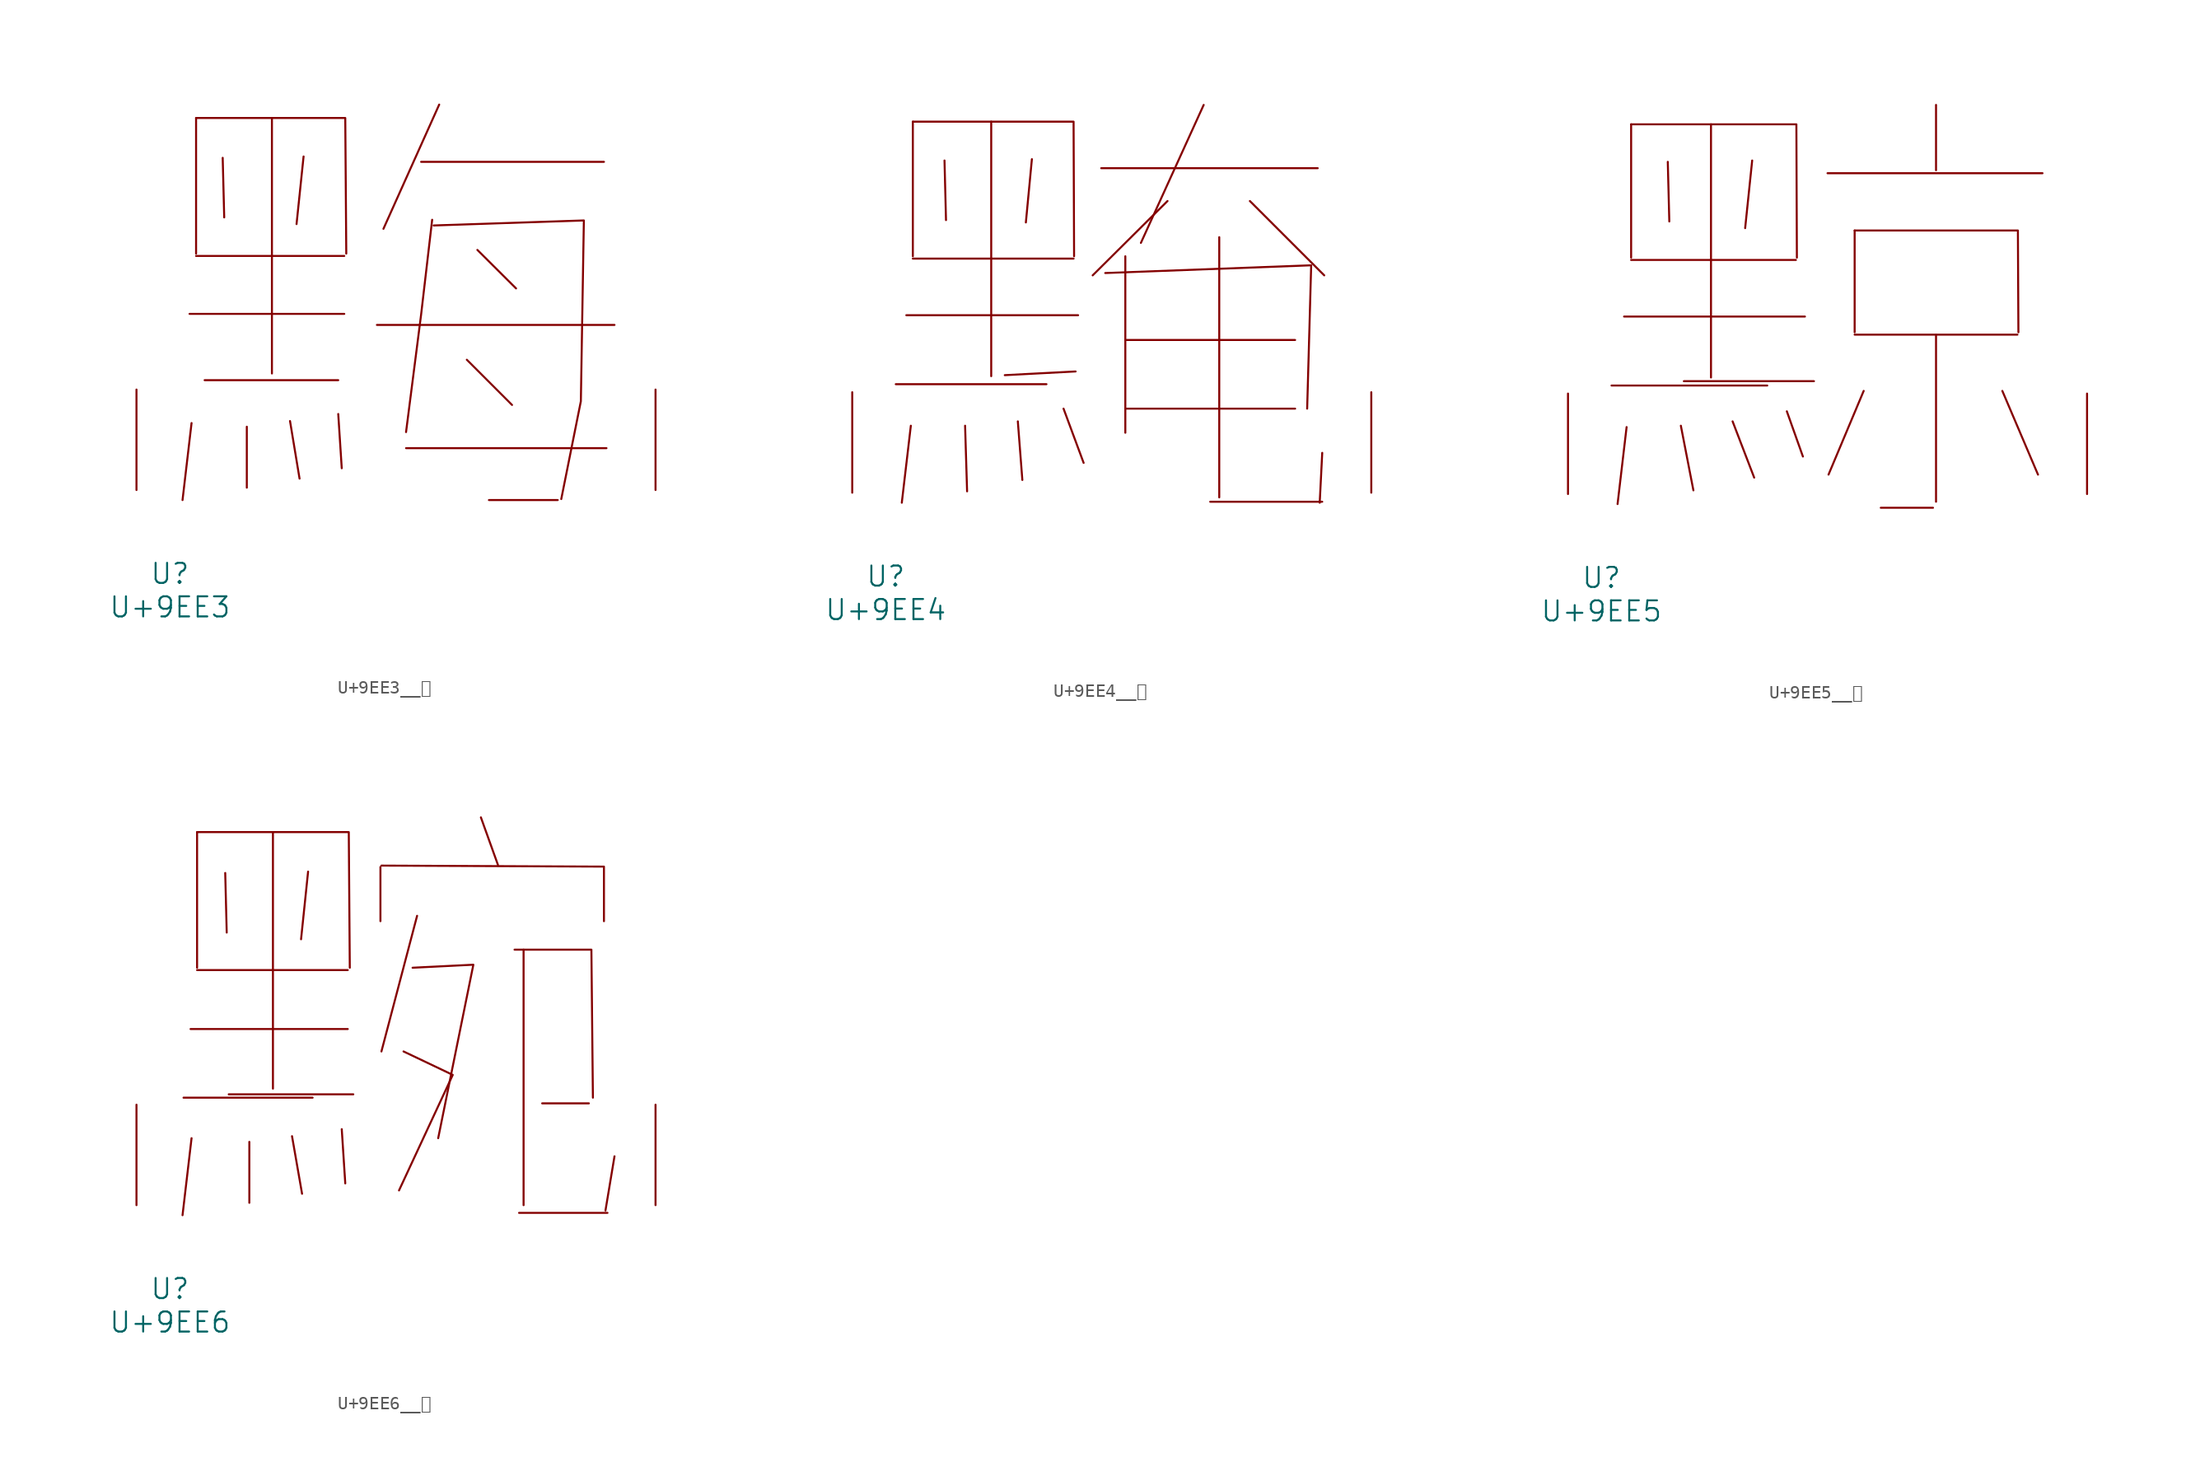
<source format=kicad_sym>
(kicad_symbol_lib
  (version 20231120)
  (generator "kicad_symbol_editor")
  (generator_version "8.0")
  (symbol "U+9EE3__黣"
    (pin_names
      (offset 1.016))
    (property "Reference" "U"
      (at 0 -6.35 0)
      (effects (font (size 1.524 1.524))))
    (property "Value" "U+9EE3"
      (at 0 -8.89 0)
      (effects (font (size 1.524 1.524))))
    (symbol "U+9EE3__黣_0_1"
      (polyline (pts (xy 1.486 13.36) (xy 13.221 13.36)) (stroke (width 0) (type solid)) (fill (type none)))
      (polyline (pts (xy 1.638 5.08) (xy 0.953 -0.762)) (stroke (width 0) (type solid)) (fill (type none)))
      (polyline (pts (xy 1.981 17.755) (xy 13.221 17.755)) (stroke (width 0) (type solid)) (fill (type none)))
      (polyline (pts (xy 1.981 28.219) (xy 1.981 17.932)) (stroke (width 0) (type solid)) (fill (type none)))
      (polyline (pts (xy 2.629 8.331) (xy 12.764 8.331)) (stroke (width 0) (type solid)) (fill (type none)))
      (polyline (pts (xy 4 25.197) (xy 4.115 20.676)) (stroke (width 0) (type solid)) (fill (type none)))
      (polyline (pts (xy 5.829 4.801) (xy 5.829 0.178)) (stroke (width 0) (type solid)) (fill (type none)))
      (polyline (pts (xy 7.734 28.219) (xy 7.734 8.839)) (stroke (width 0) (type solid)) (fill (type none)))
      (polyline (pts (xy 9.106 5.232) (xy 9.83 0.864)) (stroke (width 0) (type solid)) (fill (type none)))
      (polyline (pts (xy 10.135 25.298) (xy 9.601 20.168)) (stroke (width 0) (type solid)) (fill (type none)))
      (polyline (pts (xy 12.764 5.766) (xy 13.03 1.651)) (stroke (width 0) (type solid)) (fill (type none)))
      (polyline (pts (xy 15.697 12.522) (xy 33.718 12.522)) (stroke (width 0) (type solid)) (fill (type none)))
      (polyline (pts (xy 17.907 3.175) (xy 33.109 3.175)) (stroke (width 0) (type solid)) (fill (type none)))
      (polyline (pts (xy 19.05 24.892) (xy 32.918 24.892)) (stroke (width 0) (type solid)) (fill (type none)))
      (polyline (pts (xy 20.422 29.235) (xy 16.192 19.812)) (stroke (width 0) (type solid)) (fill (type none)))
      (polyline (pts (xy 22.517 9.881) (xy 25.946 6.452)) (stroke (width 0) (type solid)) (fill (type none)))
      (polyline (pts (xy 23.317 18.212) (xy 26.251 15.291)) (stroke (width 0) (type solid)) (fill (type none)))
      (polyline (pts (xy 24.194 -0.762) (xy 29.413 -0.762)) (stroke (width 0) (type solid)) (fill (type none)))
      (polyline (pts (xy 1.981 28.219) (xy 13.297 28.219) (xy 13.373 17.932)) (stroke (width 0) (type solid)) (fill (type none)))
      (polyline (pts (xy 19.888 20.498) (xy 19.05 13.31) (xy 17.907 4.394)) (stroke (width 0) (type solid)) (fill (type none)))
      (polyline (pts (xy 20.003 20.066) (xy 31.394 20.447) (xy 31.166 6.731) (xy 29.68 -0.686)) (stroke (width 0) (type solid)) (fill (type none)))
      (pin input line (at -2.54 0 90) (length 7.62) (name "~" (effects (font (size 1.27 1.27)))) (number "~" (effects (font (size 1.27 1.27)))))
      (pin input line (at 36.83 0 90) (length 7.62) (name "~" (effects (font (size 1.27 1.27)))) (number "~" (effects (font (size 1.27 1.27)))))))
  (symbol "U+9EE4__黤"
    (pin_names
      (offset 1.016))
    (property "Reference" "U"
      (at 0 -6.35 0)
      (effects (font (size 1.524 1.524))))
    (property "Value" "U+9EE4"
      (at 0 -8.89 0)
      (effects (font (size 1.524 1.524))))
    (symbol "U+9EE4__黤_0_1"
      (polyline (pts (xy 0.762 8.23) (xy 12.192 8.23)) (stroke (width 0) (type solid)) (fill (type none)))
      (polyline (pts (xy 1.562 13.462) (xy 14.592 13.462)) (stroke (width 0) (type solid)) (fill (type none)))
      (polyline (pts (xy 1.905 5.08) (xy 1.219 -0.762)) (stroke (width 0) (type solid)) (fill (type none)))
      (polyline (pts (xy 2.057 17.755) (xy 14.249 17.755)) (stroke (width 0) (type solid)) (fill (type none)))
      (polyline (pts (xy 2.057 28.143) (xy 2.057 17.932)) (stroke (width 0) (type solid)) (fill (type none)))
      (polyline (pts (xy 4.458 25.197) (xy 4.572 20.676)) (stroke (width 0) (type solid)) (fill (type none)))
      (polyline (pts (xy 6.02 5.08) (xy 6.172 0.102)) (stroke (width 0) (type solid)) (fill (type none)))
      (polyline (pts (xy 8.001 28.143) (xy 8.001 8.839)) (stroke (width 0) (type solid)) (fill (type none)))
      (polyline (pts (xy 10.02 5.41) (xy 10.363 0.965)) (stroke (width 0) (type solid)) (fill (type none)))
      (polyline (pts (xy 11.087 25.298) (xy 10.63 20.498)) (stroke (width 0) (type solid)) (fill (type none)))
      (polyline (pts (xy 13.487 6.375) (xy 15.011 2.261)) (stroke (width 0) (type solid)) (fill (type none)))
      (polyline (pts (xy 14.402 9.195) (xy 9.03 8.915)) (stroke (width 0) (type solid)) (fill (type none)))
      (polyline (pts (xy 16.345 24.613) (xy 32.766 24.613)) (stroke (width 0) (type solid)) (fill (type none)))
      (polyline (pts (xy 18.174 6.375) (xy 31.052 6.375)) (stroke (width 0) (type solid)) (fill (type none)))
      (polyline (pts (xy 18.174 11.582) (xy 31.052 11.582)) (stroke (width 0) (type solid)) (fill (type none)))
      (polyline (pts (xy 18.174 17.932) (xy 18.174 4.547)) (stroke (width 0) (type solid)) (fill (type none)))
      (polyline (pts (xy 21.374 22.123) (xy 15.697 16.485)) (stroke (width 0) (type solid)) (fill (type none)))
      (polyline (pts (xy 24.117 29.413) (xy 19.355 18.948)) (stroke (width 0) (type solid)) (fill (type none)))
      (polyline (pts (xy 24.613 -0.686) (xy 33.109 -0.686)) (stroke (width 0) (type solid)) (fill (type none)))
      (polyline (pts (xy 25.298 19.38) (xy 25.298 -0.356)) (stroke (width 0) (type solid)) (fill (type none)))
      (polyline (pts (xy 27.622 22.123) (xy 33.261 16.485)) (stroke (width 0) (type solid)) (fill (type none)))
      (polyline (pts (xy 33.109 3.023) (xy 32.918 -0.762)) (stroke (width 0) (type solid)) (fill (type none)))
      (polyline (pts (xy 2.057 28.143) (xy 14.249 28.143) (xy 14.287 17.932)) (stroke (width 0) (type solid)) (fill (type none)))
      (polyline (pts (xy 16.65 16.662) (xy 32.271 17.247) (xy 31.966 6.375)) (stroke (width 0) (type solid)) (fill (type none)))
      (pin input line (at -2.54 0 90) (length 7.62) (name "~" (effects (font (size 1.27 1.27)))) (number "~" (effects (font (size 1.27 1.27)))))
      (pin input line (at 36.83 0 90) (length 7.62) (name "~" (effects (font (size 1.27 1.27)))) (number "~" (effects (font (size 1.27 1.27)))))))
  (symbol "U+9EE5__黥"
    (pin_names
      (offset 1.016))
    (property "Reference" "U"
      (at 0 -6.35 0)
      (effects (font (size 1.524 1.524))))
    (property "Value" "U+9EE5"
      (at 0 -8.89 0)
      (effects (font (size 1.524 1.524))))
    (symbol "U+9EE5__黥_0_1"
      (polyline (pts (xy 0.762 8.23) (xy 12.573 8.23)) (stroke (width 0) (type solid)) (fill (type none)))
      (polyline (pts (xy 1.714 13.462) (xy 15.431 13.462)) (stroke (width 0) (type solid)) (fill (type none)))
      (polyline (pts (xy 1.905 5.08) (xy 1.219 -0.762)) (stroke (width 0) (type solid)) (fill (type none)))
      (polyline (pts (xy 2.248 17.755) (xy 14.745 17.755)) (stroke (width 0) (type solid)) (fill (type none)))
      (polyline (pts (xy 2.248 28.042) (xy 2.248 17.932)) (stroke (width 0) (type solid)) (fill (type none)))
      (polyline (pts (xy 5.029 25.197) (xy 5.144 20.676)) (stroke (width 0) (type solid)) (fill (type none)))
      (polyline (pts (xy 6.02 5.182) (xy 6.972 0.279)) (stroke (width 0) (type solid)) (fill (type none)))
      (polyline (pts (xy 6.248 8.56) (xy 16.116 8.56)) (stroke (width 0) (type solid)) (fill (type none)))
      (polyline (pts (xy 8.306 28.042) (xy 8.306 8.839)) (stroke (width 0) (type solid)) (fill (type none)))
      (polyline (pts (xy 9.944 5.512) (xy 11.582 1.245)) (stroke (width 0) (type solid)) (fill (type none)))
      (polyline (pts (xy 11.43 25.298) (xy 10.897 20.168)) (stroke (width 0) (type solid)) (fill (type none)))
      (polyline (pts (xy 14.059 6.274) (xy 15.278 2.845)) (stroke (width 0) (type solid)) (fill (type none)))
      (polyline (pts (xy 17.145 24.333) (xy 33.452 24.333)) (stroke (width 0) (type solid)) (fill (type none)))
      (polyline (pts (xy 19.202 12.09) (xy 31.547 12.09)) (stroke (width 0) (type solid)) (fill (type none)))
      (polyline (pts (xy 19.202 19.99) (xy 19.202 12.268)) (stroke (width 0) (type solid)) (fill (type none)))
      (polyline (pts (xy 19.888 7.823) (xy 17.221 1.473)) (stroke (width 0) (type solid)) (fill (type none)))
      (polyline (pts (xy 21.184 -1.041) (xy 25.146 -1.041)) (stroke (width 0) (type solid)) (fill (type none)))
      (polyline (pts (xy 25.375 12.09) (xy 25.375 -0.584)) (stroke (width 0) (type solid)) (fill (type none)))
      (polyline (pts (xy 25.375 29.515) (xy 25.375 24.562)) (stroke (width 0) (type solid)) (fill (type none)))
      (polyline (pts (xy 30.404 7.823) (xy 33.109 1.473)) (stroke (width 0) (type solid)) (fill (type none)))
      (polyline (pts (xy 2.248 28.042) (xy 14.783 28.042) (xy 14.821 17.932)) (stroke (width 0) (type solid)) (fill (type none)))
      (polyline (pts (xy 19.202 19.99) (xy 31.585 19.99) (xy 31.623 12.268)) (stroke (width 0) (type solid)) (fill (type none)))
      (pin input line (at -2.54 0 90) (length 7.62) (name "~" (effects (font (size 1.27 1.27)))) (number "~" (effects (font (size 1.27 1.27)))))
      (pin input line (at 36.83 0 90) (length 7.62) (name "~" (effects (font (size 1.27 1.27)))) (number "~" (effects (font (size 1.27 1.27)))))))
  (symbol "U+9EE6__黦"
    (pin_names
      (offset 1.016))
    (property "Reference" "U"
      (at 0 -6.35 0)
      (effects (font (size 1.524 1.524))))
    (property "Value" "U+9EE6"
      (at 0 -8.89 0)
      (effects (font (size 1.524 1.524))))
    (symbol "U+9EE6__黦_0_1"
      (polyline (pts (xy 1.029 8.153) (xy 10.82 8.153)) (stroke (width 0) (type solid)) (fill (type none)))
      (polyline (pts (xy 1.562 13.36) (xy 13.487 13.36)) (stroke (width 0) (type solid)) (fill (type none)))
      (polyline (pts (xy 1.638 5.08) (xy 0.953 -0.762)) (stroke (width 0) (type solid)) (fill (type none)))
      (polyline (pts (xy 2.057 17.831) (xy 13.487 17.831)) (stroke (width 0) (type solid)) (fill (type none)))
      (polyline (pts (xy 2.057 28.296) (xy 2.057 18.009)) (stroke (width 0) (type solid)) (fill (type none)))
      (polyline (pts (xy 4.191 25.197) (xy 4.305 20.676)) (stroke (width 0) (type solid)) (fill (type none)))
      (polyline (pts (xy 4.458 8.407) (xy 13.906 8.407)) (stroke (width 0) (type solid)) (fill (type none)))
      (polyline (pts (xy 6.02 4.801) (xy 6.02 0.178)) (stroke (width 0) (type solid)) (fill (type none)))
      (polyline (pts (xy 7.811 28.296) (xy 7.811 8.839)) (stroke (width 0) (type solid)) (fill (type none)))
      (polyline (pts (xy 9.258 5.232) (xy 10.02 0.864)) (stroke (width 0) (type solid)) (fill (type none)))
      (polyline (pts (xy 10.477 25.298) (xy 9.944 20.168)) (stroke (width 0) (type solid)) (fill (type none)))
      (polyline (pts (xy 13.03 5.766) (xy 13.297 1.651)) (stroke (width 0) (type solid)) (fill (type none)))
      (polyline (pts (xy 15.964 25.654) (xy 15.964 21.539)) (stroke (width 0) (type solid)) (fill (type none)))
      (polyline (pts (xy 18.745 21.946) (xy 16.04 11.659)) (stroke (width 0) (type solid)) (fill (type none)))
      (polyline (pts (xy 23.584 29.413) (xy 24.879 25.806)) (stroke (width 0) (type solid)) (fill (type none)))
      (polyline (pts (xy 26.48 -0.584) (xy 33.185 -0.584)) (stroke (width 0) (type solid)) (fill (type none)))
      (polyline (pts (xy 26.822 19.38) (xy 26.822 0)) (stroke (width 0) (type solid)) (fill (type none)))
      (polyline (pts (xy 28.232 7.722) (xy 31.775 7.722)) (stroke (width 0) (type solid)) (fill (type none)))
      (polyline (pts (xy 33.718 3.708) (xy 33.033 -0.406)) (stroke (width 0) (type solid)) (fill (type none)))
      (polyline (pts (xy 2.057 28.296) (xy 13.564 28.296) (xy 13.64 18.009)) (stroke (width 0) (type solid)) (fill (type none)))
      (polyline (pts (xy 16.04 25.756) (xy 32.918 25.679) (xy 32.918 21.539)) (stroke (width 0) (type solid)) (fill (type none)))
      (polyline (pts (xy 17.716 11.659) (xy 21.45 9.881) (xy 17.374 1.118)) (stroke (width 0) (type solid)) (fill (type none)))
      (polyline (pts (xy 18.402 18.009) (xy 23.012 18.237) (xy 20.345 5.08)) (stroke (width 0) (type solid)) (fill (type none)))
      (polyline (pts (xy 26.137 19.38) (xy 31.966 19.38) (xy 32.08 8.153)) (stroke (width 0) (type solid)) (fill (type none)))
      (pin input line (at -2.54 0 90) (length 7.62) (name "~" (effects (font (size 1.27 1.27)))) (number "~" (effects (font (size 1.27 1.27)))))
      (pin input line (at 36.83 0 90) (length 7.62) (name "~" (effects (font (size 1.27 1.27)))) (number "~" (effects (font (size 1.27 1.27))))))))
</source>
